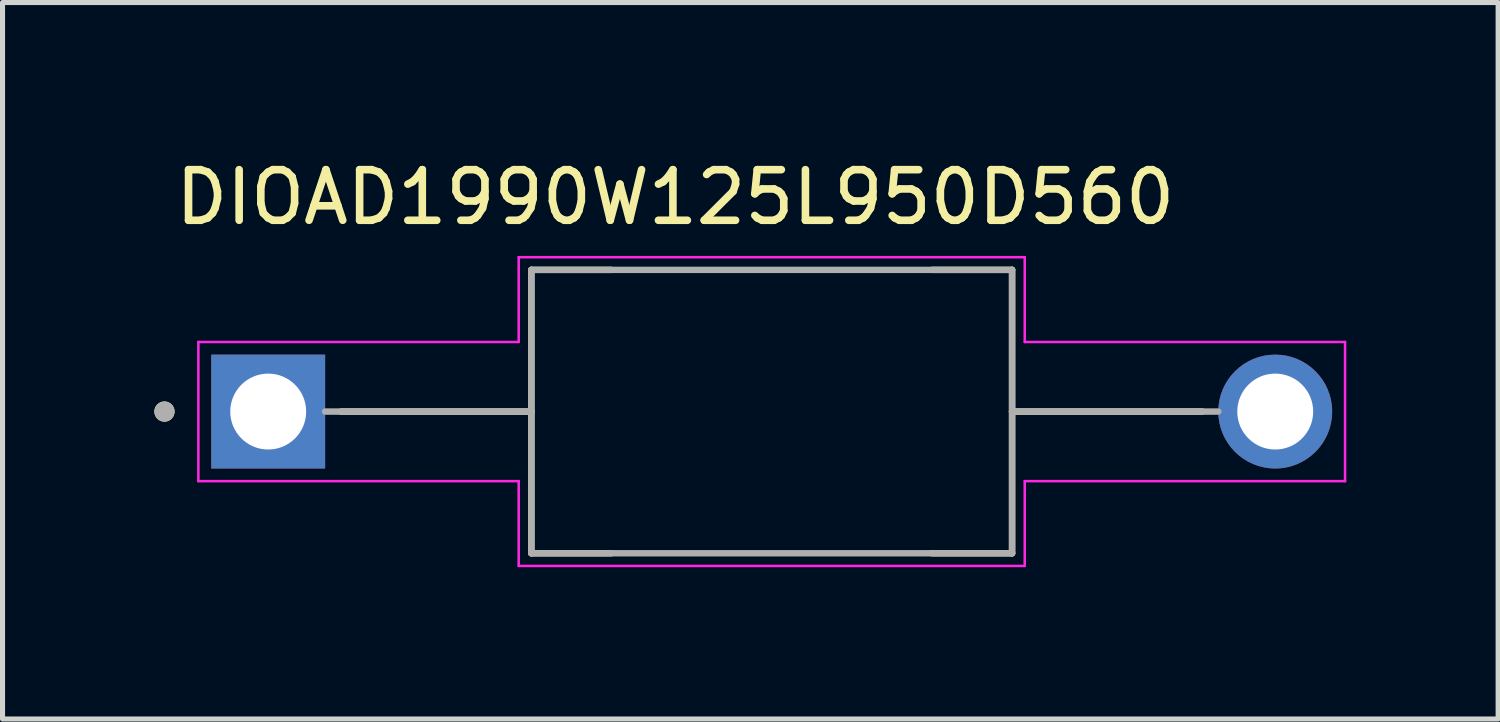
<source format=kicad_pcb>
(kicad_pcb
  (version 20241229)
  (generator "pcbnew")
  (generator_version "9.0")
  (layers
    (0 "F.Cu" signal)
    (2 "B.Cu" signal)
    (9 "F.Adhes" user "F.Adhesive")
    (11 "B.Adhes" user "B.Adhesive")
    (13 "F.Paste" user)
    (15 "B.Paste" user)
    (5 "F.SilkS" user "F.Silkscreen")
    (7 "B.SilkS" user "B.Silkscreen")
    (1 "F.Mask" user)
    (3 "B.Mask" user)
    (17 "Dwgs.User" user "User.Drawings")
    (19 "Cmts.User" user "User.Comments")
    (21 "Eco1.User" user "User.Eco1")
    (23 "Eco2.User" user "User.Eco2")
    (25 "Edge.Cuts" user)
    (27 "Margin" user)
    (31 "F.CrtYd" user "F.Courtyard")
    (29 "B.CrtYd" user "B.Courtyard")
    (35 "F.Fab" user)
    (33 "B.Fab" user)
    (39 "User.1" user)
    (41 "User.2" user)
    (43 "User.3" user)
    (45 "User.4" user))
  (footprint "DIOAD1990W125L950D560"
    (layer "F.Cu")
    (at 12.2 5.083)
    (property "Reference" "DIOAD1990W125L950D560" (at -1.905 -4.235 0) (layer "F.SilkS") (effects (font (size 1 1) (thickness 0.15))))
    (attr through_hole)
    (fp_line (start -4.75 -2.8) (end -4.75 0) (stroke (width 0.127) (type solid)) (layer "F.SilkS"))
    (fp_line (start -4.75 0) (end -8.51 0) (stroke (width 0.127) (type solid)) (layer "F.SilkS"))
    (fp_line (start -4.75 0) (end -4.75 2.8) (stroke (width 0.127) (type solid)) (layer "F.SilkS"))
    (fp_line (start -4.75 2.8) (end -3.17 2.8) (stroke (width 0.127) (type solid)) (layer "F.SilkS"))
    (fp_line (start -3.17 -2.8) (end -4.75 -2.8) (stroke (width 0.127) (type solid)) (layer "F.SilkS"))
    (fp_line (start 3.17 -2.8) (end 4.75 -2.8) (stroke (width 0.127) (type solid)) (layer "F.SilkS"))
    (fp_line (start 4.75 -2.8) (end 4.75 0) (stroke (width 0.127) (type solid)) (layer "F.SilkS"))
    (fp_line (start 4.75 0) (end 4.75 2.8) (stroke (width 0.127) (type solid)) (layer "F.SilkS"))
    (fp_line (start 4.75 0) (end 8.51 0) (stroke (width 0.127) (type solid)) (layer "F.SilkS"))
    (fp_line (start 4.75 2.8) (end 3.17 2.8) (stroke (width 0.127) (type solid)) (layer "F.SilkS"))
    (fp_circle (center -12 0) (end -11.9 0) (stroke (width 0.2) (type solid)) (fill no) (layer "F.SilkS"))
    (fp_line (start -11.33 -1.375) (end -5 -1.375) (stroke (width 0.05) (type solid)) (layer "F.CrtYd"))
    (fp_line (start -11.33 1.375) (end -11.33 -1.375) (stroke (width 0.05) (type solid)) (layer "F.CrtYd"))
    (fp_line (start -5 -3.05) (end 5 -3.05) (stroke (width 0.05) (type solid)) (layer "F.CrtYd"))
    (fp_line (start -5 -1.375) (end -5 -3.05) (stroke (width 0.05) (type solid)) (layer "F.CrtYd"))
    (fp_line (start -5 1.375) (end -11.33 1.375) (stroke (width 0.05) (type solid)) (layer "F.CrtYd"))
    (fp_line (start -5 3.05) (end -5 1.375) (stroke (width 0.05) (type solid)) (layer "F.CrtYd"))
    (fp_line (start 5 -3.05) (end 5 -1.375) (stroke (width 0.05) (type solid)) (layer "F.CrtYd"))
    (fp_line (start 5 -1.375) (end 11.33 -1.375) (stroke (width 0.05) (type solid)) (layer "F.CrtYd"))
    (fp_line (start 5 1.375) (end 5 3.05) (stroke (width 0.05) (type solid)) (layer "F.CrtYd"))
    (fp_line (start 5 3.05) (end -5 3.05) (stroke (width 0.05) (type solid)) (layer "F.CrtYd"))
    (fp_line (start 11.33 -1.375) (end 11.33 1.375) (stroke (width 0.05) (type solid)) (layer "F.CrtYd"))
    (fp_line (start 11.33 1.375) (end 5 1.375) (stroke (width 0.05) (type solid)) (layer "F.CrtYd"))
    (fp_line (start -8.825 0) (end -4.75 0) (stroke (width 0.127) (type solid)) (layer "F.Fab"))
    (fp_line (start -4.75 -2.8) (end 4.75 -2.8) (stroke (width 0.127) (type solid)) (layer "F.Fab"))
    (fp_line (start -4.75 0) (end -4.75 -2.8) (stroke (width 0.127) (type solid)) (layer "F.Fab"))
    (fp_line (start -4.75 2.8) (end -4.75 0) (stroke (width 0.127) (type solid)) (layer "F.Fab"))
    (fp_line (start 4.75 -2.8) (end 4.75 0) (stroke (width 0.127) (type solid)) (layer "F.Fab"))
    (fp_line (start 4.75 0) (end 4.75 2.8) (stroke (width 0.127) (type solid)) (layer "F.Fab"))
    (fp_line (start 4.75 0) (end 8.825 0) (stroke (width 0.127) (type solid)) (layer "F.Fab"))
    (fp_line (start 4.75 2.8) (end -4.75 2.8) (stroke (width 0.127) (type solid)) (layer "F.Fab"))
    (fp_circle (center -12 0) (end -11.9 0) (stroke (width 0.2) (type solid)) (fill no) (layer "F.Fab"))
    (pad "A" thru_hole circle (at 9.95 0) (size 2.25 2.25) (drill 1.5) (layers "*.Cu" "*.Mask"))
    (pad "C" thru_hole rect (at -9.95 0) (size 2.25 2.25) (drill 1.5) (layers "*.Cu" "*.Mask")))
  (gr_rect
    (start -3 -3)
    (end 26.555 11.158)
    (stroke (width 0.1) (type default))
    (fill no)
    (layer "Edge.Cuts")))
</source>
